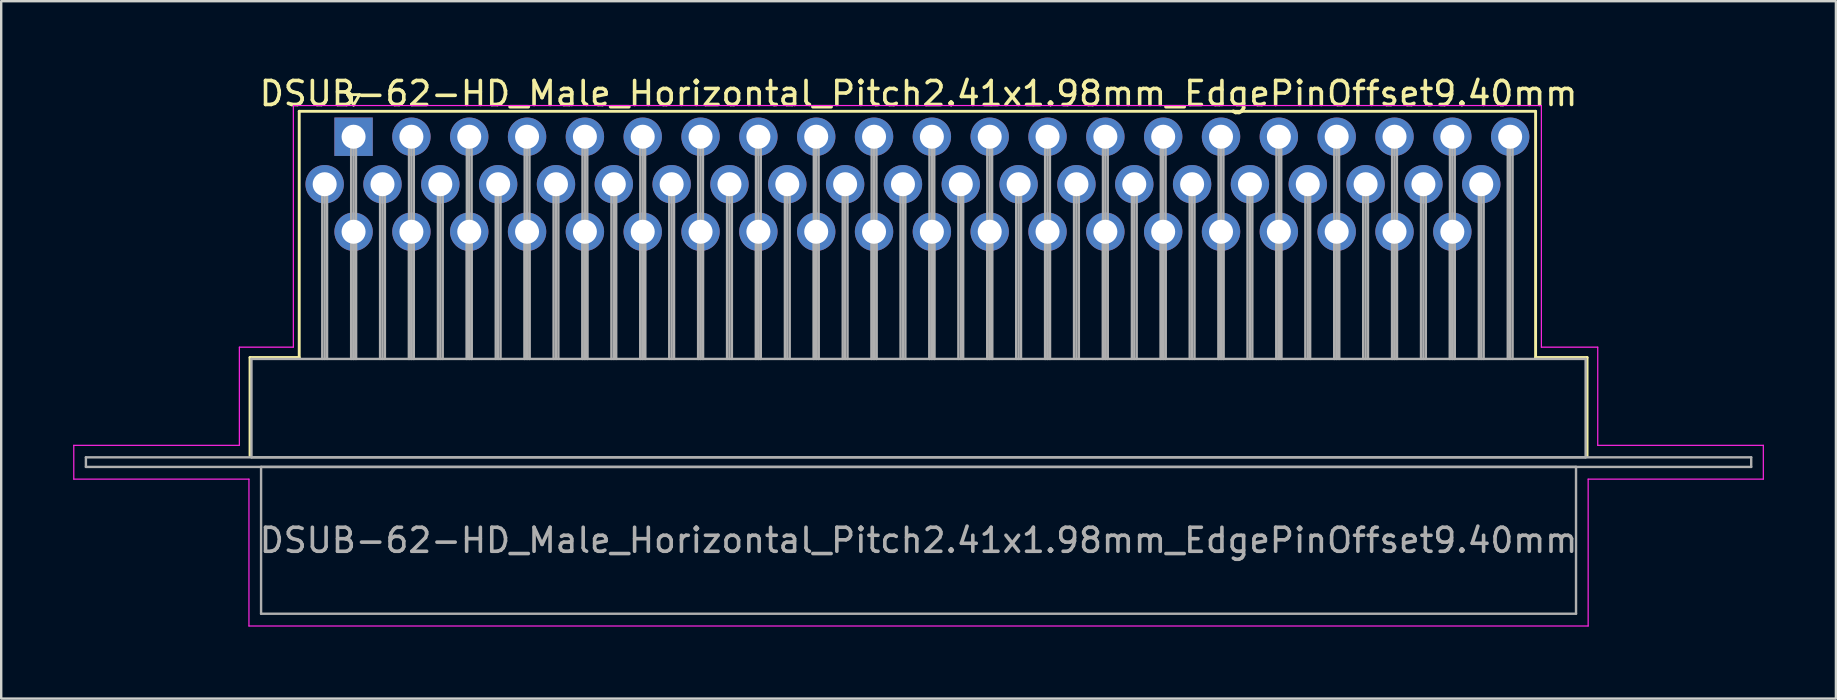
<source format=kicad_pcb>
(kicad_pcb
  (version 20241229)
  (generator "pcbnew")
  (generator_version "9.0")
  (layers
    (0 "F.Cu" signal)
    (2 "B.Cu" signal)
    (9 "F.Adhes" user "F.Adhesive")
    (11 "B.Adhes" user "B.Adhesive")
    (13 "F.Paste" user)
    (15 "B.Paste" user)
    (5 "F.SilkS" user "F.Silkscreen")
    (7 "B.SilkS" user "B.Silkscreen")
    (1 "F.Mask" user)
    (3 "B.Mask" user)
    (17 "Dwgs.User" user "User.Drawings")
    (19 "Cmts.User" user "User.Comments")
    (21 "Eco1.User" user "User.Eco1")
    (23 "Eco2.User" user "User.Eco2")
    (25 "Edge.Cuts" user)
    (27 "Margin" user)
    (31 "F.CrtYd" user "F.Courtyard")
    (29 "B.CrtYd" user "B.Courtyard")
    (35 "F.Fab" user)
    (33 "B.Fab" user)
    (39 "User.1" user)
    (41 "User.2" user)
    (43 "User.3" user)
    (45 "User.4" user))
  (footprint "DSUB-62-HD_Male_Horizontal_Pitch2.41x1.98mm_EdgePinOffset9.40mm"
    (layer "F.Cu")
    (at 11.685 2.648)
    (property "Reference" "DSUB-62-HD_Male_Horizontal_Pitch2.41x1.98mm_EdgePinOffset9.40mm" (at 23.545 -1.8 0) (layer "F.SilkS") (effects (font (size 1 1) (thickness 0.15))))
    (attr through_hole)
    (fp_line (start -4.315 9.2) (end -2.265 9.2) (stroke (width 0.12) (type solid)) (layer "F.SilkS"))
    (fp_line (start -4.315 13.3) (end -4.315 9.2) (stroke (width 0.12) (type solid)) (layer "F.SilkS"))
    (fp_line (start -2.265 -1.06) (end 49.26 -1.06) (stroke (width 0.12) (type solid)) (layer "F.SilkS"))
    (fp_line (start -2.265 9.2) (end -2.265 -1.06) (stroke (width 0.12) (type solid)) (layer "F.SilkS"))
    (fp_line (start -0.25 -1.754) (end 0.25 -1.754) (stroke (width 0.12) (type solid)) (layer "F.SilkS"))
    (fp_line (start 0 -1.321) (end -0.25 -1.754) (stroke (width 0.12) (type solid)) (layer "F.SilkS"))
    (fp_line (start 0.25 -1.754) (end 0 -1.321) (stroke (width 0.12) (type solid)) (layer "F.SilkS"))
    (fp_line (start 49.26 -1.06) (end 49.26 9.2) (stroke (width 0.12) (type solid)) (layer "F.SilkS"))
    (fp_line (start 49.26 9.2) (end 51.405 9.2) (stroke (width 0.12) (type solid)) (layer "F.SilkS"))
    (fp_line (start 51.405 9.2) (end 51.405 13.3) (stroke (width 0.12) (type solid)) (layer "F.SilkS"))
    (fp_line (start -11.66 12.86) (end -4.76 12.86) (stroke (width 0.05) (type solid)) (layer "F.CrtYd"))
    (fp_line (start -11.66 14.27) (end -11.66 12.86) (stroke (width 0.05) (type solid)) (layer "F.CrtYd"))
    (fp_line (start -4.76 8.77) (end -2.51 8.77) (stroke (width 0.05) (type solid)) (layer "F.CrtYd"))
    (fp_line (start -4.76 12.86) (end -4.76 8.77) (stroke (width 0.05) (type solid)) (layer "F.CrtYd"))
    (fp_line (start -4.36 14.27) (end -11.66 14.27) (stroke (width 0.05) (type solid)) (layer "F.CrtYd"))
    (fp_line (start -4.36 20.39) (end -4.36 14.27) (stroke (width 0.05) (type solid)) (layer "F.CrtYd"))
    (fp_line (start -2.51 -1.3) (end 49.5 -1.3) (stroke (width 0.05) (type solid)) (layer "F.CrtYd"))
    (fp_line (start -2.51 8.77) (end -2.51 -1.3) (stroke (width 0.05) (type solid)) (layer "F.CrtYd"))
    (fp_line (start 49.5 -1.3) (end 49.5 8.77) (stroke (width 0.05) (type solid)) (layer "F.CrtYd"))
    (fp_line (start 49.5 8.77) (end 51.85 8.77) (stroke (width 0.05) (type solid)) (layer "F.CrtYd"))
    (fp_line (start 51.45 14.27) (end 51.45 20.39) (stroke (width 0.05) (type solid)) (layer "F.CrtYd"))
    (fp_line (start 51.45 20.39) (end -4.36 20.39) (stroke (width 0.05) (type solid)) (layer "F.CrtYd"))
    (fp_line (start 51.85 8.77) (end 51.85 12.86) (stroke (width 0.05) (type solid)) (layer "F.CrtYd"))
    (fp_line (start 51.85 12.86) (end 58.75 12.86) (stroke (width 0.05) (type solid)) (layer "F.CrtYd"))
    (fp_line (start 58.75 12.86) (end 58.75 14.27) (stroke (width 0.05) (type solid)) (layer "F.CrtYd"))
    (fp_line (start 58.75 14.27) (end 51.45 14.27) (stroke (width 0.05) (type solid)) (layer "F.CrtYd"))
    (fp_line (start -11.155 13.36) (end -11.155 13.76) (stroke (width 0.1) (type solid)) (layer "F.Fab"))
    (fp_line (start -11.155 13.76) (end 58.245 13.76) (stroke (width 0.1) (type solid)) (layer "F.Fab"))
    (fp_line (start -4.255 9.26) (end -4.255 13.36) (stroke (width 0.1) (type solid)) (layer "F.Fab"))
    (fp_line (start -4.255 13.36) (end 51.345 13.36) (stroke (width 0.1) (type solid)) (layer "F.Fab"))
    (fp_line (start -3.855 13.76) (end -3.855 19.88) (stroke (width 0.1) (type solid)) (layer "F.Fab"))
    (fp_line (start -3.855 19.88) (end 50.945 19.88) (stroke (width 0.1) (type solid)) (layer "F.Fab"))
    (fp_line (start -1.305 1.98) (end -1.305 9.26) (stroke (width 0.1) (type solid)) (layer "F.Fab"))
    (fp_line (start -1.205 1.98) (end -1.205 9.26) (stroke (width 0.1) (type solid)) (layer "F.Fab"))
    (fp_line (start -1.105 1.98) (end -1.105 9.26) (stroke (width 0.1) (type solid)) (layer "F.Fab"))
    (fp_line (start -0.1 0) (end -0.1 9.26) (stroke (width 0.1) (type solid)) (layer "F.Fab"))
    (fp_line (start -0.1 3.96) (end -0.1 9.26) (stroke (width 0.1) (type solid)) (layer "F.Fab"))
    (fp_line (start 0 0) (end 0 9.26) (stroke (width 0.1) (type solid)) (layer "F.Fab"))
    (fp_line (start 0 3.96) (end 0 9.26) (stroke (width 0.1) (type solid)) (layer "F.Fab"))
    (fp_line (start 0.1 0) (end 0.1 9.26) (stroke (width 0.1) (type solid)) (layer "F.Fab"))
    (fp_line (start 0.1 3.96) (end 0.1 9.26) (stroke (width 0.1) (type solid)) (layer "F.Fab"))
    (fp_line (start 1.105 1.98) (end 1.105 9.26) (stroke (width 0.1) (type solid)) (layer "F.Fab"))
    (fp_line (start 1.205 1.98) (end 1.205 9.26) (stroke (width 0.1) (type solid)) (layer "F.Fab"))
    (fp_line (start 1.305 1.98) (end 1.305 9.26) (stroke (width 0.1) (type solid)) (layer "F.Fab"))
    (fp_line (start 2.31 0) (end 2.31 9.26) (stroke (width 0.1) (type solid)) (layer "F.Fab"))
    (fp_line (start 2.31 3.96) (end 2.31 9.26) (stroke (width 0.1) (type solid)) (layer "F.Fab"))
    (fp_line (start 2.41 0) (end 2.41 9.26) (stroke (width 0.1) (type solid)) (layer "F.Fab"))
    (fp_line (start 2.41 3.96) (end 2.41 9.26) (stroke (width 0.1) (type solid)) (layer "F.Fab"))
    (fp_line (start 2.51 0) (end 2.51 9.26) (stroke (width 0.1) (type solid)) (layer "F.Fab"))
    (fp_line (start 2.51 3.96) (end 2.51 9.26) (stroke (width 0.1) (type solid)) (layer "F.Fab"))
    (fp_line (start 3.515 1.98) (end 3.515 9.26) (stroke (width 0.1) (type solid)) (layer "F.Fab"))
    (fp_line (start 3.615 1.98) (end 3.615 9.26) (stroke (width 0.1) (type solid)) (layer "F.Fab"))
    (fp_line (start 3.715 1.98) (end 3.715 9.26) (stroke (width 0.1) (type solid)) (layer "F.Fab"))
    (fp_line (start 4.72 0) (end 4.72 9.26) (stroke (width 0.1) (type solid)) (layer "F.Fab"))
    (fp_line (start 4.72 3.96) (end 4.72 9.26) (stroke (width 0.1) (type solid)) (layer "F.Fab"))
    (fp_line (start 4.82 0) (end 4.82 9.26) (stroke (width 0.1) (type solid)) (layer "F.Fab"))
    (fp_line (start 4.82 3.96) (end 4.82 9.26) (stroke (width 0.1) (type solid)) (layer "F.Fab"))
    (fp_line (start 4.92 0) (end 4.92 9.26) (stroke (width 0.1) (type solid)) (layer "F.Fab"))
    (fp_line (start 4.92 3.96) (end 4.92 9.26) (stroke (width 0.1) (type solid)) (layer "F.Fab"))
    (fp_line (start 5.925 1.98) (end 5.925 9.26) (stroke (width 0.1) (type solid)) (layer "F.Fab"))
    (fp_line (start 6.025 1.98) (end 6.025 9.26) (stroke (width 0.1) (type solid)) (layer "F.Fab"))
    (fp_line (start 6.125 1.98) (end 6.125 9.26) (stroke (width 0.1) (type solid)) (layer "F.Fab"))
    (fp_line (start 7.13 0) (end 7.13 9.26) (stroke (width 0.1) (type solid)) (layer "F.Fab"))
    (fp_line (start 7.13 3.96) (end 7.13 9.26) (stroke (width 0.1) (type solid)) (layer "F.Fab"))
    (fp_line (start 7.23 0) (end 7.23 9.26) (stroke (width 0.1) (type solid)) (layer "F.Fab"))
    (fp_line (start 7.23 3.96) (end 7.23 9.26) (stroke (width 0.1) (type solid)) (layer "F.Fab"))
    (fp_line (start 7.33 0) (end 7.33 9.26) (stroke (width 0.1) (type solid)) (layer "F.Fab"))
    (fp_line (start 7.33 3.96) (end 7.33 9.26) (stroke (width 0.1) (type solid)) (layer "F.Fab"))
    (fp_line (start 8.335 1.98) (end 8.335 9.26) (stroke (width 0.1) (type solid)) (layer "F.Fab"))
    (fp_line (start 8.435 1.98) (end 8.435 9.26) (stroke (width 0.1) (type solid)) (layer "F.Fab"))
    (fp_line (start 8.535 1.98) (end 8.535 9.26) (stroke (width 0.1) (type solid)) (layer "F.Fab"))
    (fp_line (start 9.54 0) (end 9.54 9.26) (stroke (width 0.1) (type solid)) (layer "F.Fab"))
    (fp_line (start 9.54 3.96) (end 9.54 9.26) (stroke (width 0.1) (type solid)) (layer "F.Fab"))
    (fp_line (start 9.64 0) (end 9.64 9.26) (stroke (width 0.1) (type solid)) (layer "F.Fab"))
    (fp_line (start 9.64 3.96) (end 9.64 9.26) (stroke (width 0.1) (type solid)) (layer "F.Fab"))
    (fp_line (start 9.74 0) (end 9.74 9.26) (stroke (width 0.1) (type solid)) (layer "F.Fab"))
    (fp_line (start 9.74 3.96) (end 9.74 9.26) (stroke (width 0.1) (type solid)) (layer "F.Fab"))
    (fp_line (start 10.745 1.98) (end 10.745 9.26) (stroke (width 0.1) (type solid)) (layer "F.Fab"))
    (fp_line (start 10.845 1.98) (end 10.845 9.26) (stroke (width 0.1) (type solid)) (layer "F.Fab"))
    (fp_line (start 10.945 1.98) (end 10.945 9.26) (stroke (width 0.1) (type solid)) (layer "F.Fab"))
    (fp_line (start 11.95 0) (end 11.95 9.26) (stroke (width 0.1) (type solid)) (layer "F.Fab"))
    (fp_line (start 11.95 3.96) (end 11.95 9.26) (stroke (width 0.1) (type solid)) (layer "F.Fab"))
    (fp_line (start 12.05 0) (end 12.05 9.26) (stroke (width 0.1) (type solid)) (layer "F.Fab"))
    (fp_line (start 12.05 3.96) (end 12.05 9.26) (stroke (width 0.1) (type solid)) (layer "F.Fab"))
    (fp_line (start 12.15 0) (end 12.15 9.26) (stroke (width 0.1) (type solid)) (layer "F.Fab"))
    (fp_line (start 12.15 3.96) (end 12.15 9.26) (stroke (width 0.1) (type solid)) (layer "F.Fab"))
    (fp_line (start 13.155 1.98) (end 13.155 9.26) (stroke (width 0.1) (type solid)) (layer "F.Fab"))
    (fp_line (start 13.255 1.98) (end 13.255 9.26) (stroke (width 0.1) (type solid)) (layer "F.Fab"))
    (fp_line (start 13.355 1.98) (end 13.355 9.26) (stroke (width 0.1) (type solid)) (layer "F.Fab"))
    (fp_line (start 14.36 0) (end 14.36 9.26) (stroke (width 0.1) (type solid)) (layer "F.Fab"))
    (fp_line (start 14.36 3.96) (end 14.36 9.26) (stroke (width 0.1) (type solid)) (layer "F.Fab"))
    (fp_line (start 14.46 0) (end 14.46 9.26) (stroke (width 0.1) (type solid)) (layer "F.Fab"))
    (fp_line (start 14.46 3.96) (end 14.46 9.26) (stroke (width 0.1) (type solid)) (layer "F.Fab"))
    (fp_line (start 14.56 0) (end 14.56 9.26) (stroke (width 0.1) (type solid)) (layer "F.Fab"))
    (fp_line (start 14.56 3.96) (end 14.56 9.26) (stroke (width 0.1) (type solid)) (layer "F.Fab"))
    (fp_line (start 15.565 1.98) (end 15.565 9.26) (stroke (width 0.1) (type solid)) (layer "F.Fab"))
    (fp_line (start 15.665 1.98) (end 15.665 9.26) (stroke (width 0.1) (type solid)) (layer "F.Fab"))
    (fp_line (start 15.765 1.98) (end 15.765 9.26) (stroke (width 0.1) (type solid)) (layer "F.Fab"))
    (fp_line (start 16.77 0) (end 16.77 9.26) (stroke (width 0.1) (type solid)) (layer "F.Fab"))
    (fp_line (start 16.77 3.96) (end 16.77 9.26) (stroke (width 0.1) (type solid)) (layer "F.Fab"))
    (fp_line (start 16.87 0) (end 16.87 9.26) (stroke (width 0.1) (type solid)) (layer "F.Fab"))
    (fp_line (start 16.87 3.96) (end 16.87 9.26) (stroke (width 0.1) (type solid)) (layer "F.Fab"))
    (fp_line (start 16.97 0) (end 16.97 9.26) (stroke (width 0.1) (type solid)) (layer "F.Fab"))
    (fp_line (start 16.97 3.96) (end 16.97 9.26) (stroke (width 0.1) (type solid)) (layer "F.Fab"))
    (fp_line (start 17.975 1.98) (end 17.975 9.26) (stroke (width 0.1) (type solid)) (layer "F.Fab"))
    (fp_line (start 18.075 1.98) (end 18.075 9.26) (stroke (width 0.1) (type solid)) (layer "F.Fab"))
    (fp_line (start 18.175 1.98) (end 18.175 9.26) (stroke (width 0.1) (type solid)) (layer "F.Fab"))
    (fp_line (start 19.18 0) (end 19.18 9.26) (stroke (width 0.1) (type solid)) (layer "F.Fab"))
    (fp_line (start 19.18 3.96) (end 19.18 9.26) (stroke (width 0.1) (type solid)) (layer "F.Fab"))
    (fp_line (start 19.28 0) (end 19.28 9.26) (stroke (width 0.1) (type solid)) (layer "F.Fab"))
    (fp_line (start 19.28 3.96) (end 19.28 9.26) (stroke (width 0.1) (type solid)) (layer "F.Fab"))
    (fp_line (start 19.38 0) (end 19.38 9.26) (stroke (width 0.1) (type solid)) (layer "F.Fab"))
    (fp_line (start 19.38 3.96) (end 19.38 9.26) (stroke (width 0.1) (type solid)) (layer "F.Fab"))
    (fp_line (start 20.385 1.98) (end 20.385 9.26) (stroke (width 0.1) (type solid)) (layer "F.Fab"))
    (fp_line (start 20.485 1.98) (end 20.485 9.26) (stroke (width 0.1) (type solid)) (layer "F.Fab"))
    (fp_line (start 20.585 1.98) (end 20.585 9.26) (stroke (width 0.1) (type solid)) (layer "F.Fab"))
    (fp_line (start 21.59 0) (end 21.59 9.26) (stroke (width 0.1) (type solid)) (layer "F.Fab"))
    (fp_line (start 21.59 3.96) (end 21.59 9.26) (stroke (width 0.1) (type solid)) (layer "F.Fab"))
    (fp_line (start 21.69 0) (end 21.69 9.26) (stroke (width 0.1) (type solid)) (layer "F.Fab"))
    (fp_line (start 21.69 3.96) (end 21.69 9.26) (stroke (width 0.1) (type solid)) (layer "F.Fab"))
    (fp_line (start 21.79 0) (end 21.79 9.26) (stroke (width 0.1) (type solid)) (layer "F.Fab"))
    (fp_line (start 21.79 3.96) (end 21.79 9.26) (stroke (width 0.1) (type solid)) (layer "F.Fab"))
    (fp_line (start 22.795 1.98) (end 22.795 9.26) (stroke (width 0.1) (type solid)) (layer "F.Fab"))
    (fp_line (start 22.895 1.98) (end 22.895 9.26) (stroke (width 0.1) (type solid)) (layer "F.Fab"))
    (fp_line (start 22.995 1.98) (end 22.995 9.26) (stroke (width 0.1) (type solid)) (layer "F.Fab"))
    (fp_line (start 24 0) (end 24 9.26) (stroke (width 0.1) (type solid)) (layer "F.Fab"))
    (fp_line (start 24 3.96) (end 24 9.26) (stroke (width 0.1) (type solid)) (layer "F.Fab"))
    (fp_line (start 24.1 0) (end 24.1 9.26) (stroke (width 0.1) (type solid)) (layer "F.Fab"))
    (fp_line (start 24.1 3.96) (end 24.1 9.26) (stroke (width 0.1) (type solid)) (layer "F.Fab"))
    (fp_line (start 24.2 0) (end 24.2 9.26) (stroke (width 0.1) (type solid)) (layer "F.Fab"))
    (fp_line (start 24.2 3.96) (end 24.2 9.26) (stroke (width 0.1) (type solid)) (layer "F.Fab"))
    (fp_line (start 25.205 1.98) (end 25.205 9.26) (stroke (width 0.1) (type solid)) (layer "F.Fab"))
    (fp_line (start 25.305 1.98) (end 25.305 9.26) (stroke (width 0.1) (type solid)) (layer "F.Fab"))
    (fp_line (start 25.405 1.98) (end 25.405 9.26) (stroke (width 0.1) (type solid)) (layer "F.Fab"))
    (fp_line (start 26.41 0) (end 26.41 9.26) (stroke (width 0.1) (type solid)) (layer "F.Fab"))
    (fp_line (start 26.41 3.96) (end 26.41 9.26) (stroke (width 0.1) (type solid)) (layer "F.Fab"))
    (fp_line (start 26.51 0) (end 26.51 9.26) (stroke (width 0.1) (type solid)) (layer "F.Fab"))
    (fp_line (start 26.51 3.96) (end 26.51 9.26) (stroke (width 0.1) (type solid)) (layer "F.Fab"))
    (fp_line (start 26.61 0) (end 26.61 9.26) (stroke (width 0.1) (type solid)) (layer "F.Fab"))
    (fp_line (start 26.61 3.96) (end 26.61 9.26) (stroke (width 0.1) (type solid)) (layer "F.Fab"))
    (fp_line (start 27.615 1.98) (end 27.615 9.26) (stroke (width 0.1) (type solid)) (layer "F.Fab"))
    (fp_line (start 27.715 1.98) (end 27.715 9.26) (stroke (width 0.1) (type solid)) (layer "F.Fab"))
    (fp_line (start 27.815 1.98) (end 27.815 9.26) (stroke (width 0.1) (type solid)) (layer "F.Fab"))
    (fp_line (start 28.82 0) (end 28.82 9.26) (stroke (width 0.1) (type solid)) (layer "F.Fab"))
    (fp_line (start 28.82 3.96) (end 28.82 9.26) (stroke (width 0.1) (type solid)) (layer "F.Fab"))
    (fp_line (start 28.92 0) (end 28.92 9.26) (stroke (width 0.1) (type solid)) (layer "F.Fab"))
    (fp_line (start 28.92 3.96) (end 28.92 9.26) (stroke (width 0.1) (type solid)) (layer "F.Fab"))
    (fp_line (start 29.02 0) (end 29.02 9.26) (stroke (width 0.1) (type solid)) (layer "F.Fab"))
    (fp_line (start 29.02 3.96) (end 29.02 9.26) (stroke (width 0.1) (type solid)) (layer "F.Fab"))
    (fp_line (start 30.025 1.98) (end 30.025 9.26) (stroke (width 0.1) (type solid)) (layer "F.Fab"))
    (fp_line (start 30.125 1.98) (end 30.125 9.26) (stroke (width 0.1) (type solid)) (layer "F.Fab"))
    (fp_line (start 30.225 1.98) (end 30.225 9.26) (stroke (width 0.1) (type solid)) (layer "F.Fab"))
    (fp_line (start 31.23 0) (end 31.23 9.26) (stroke (width 0.1) (type solid)) (layer "F.Fab"))
    (fp_line (start 31.23 3.96) (end 31.23 9.26) (stroke (width 0.1) (type solid)) (layer "F.Fab"))
    (fp_line (start 31.33 0) (end 31.33 9.26) (stroke (width 0.1) (type solid)) (layer "F.Fab"))
    (fp_line (start 31.33 3.96) (end 31.33 9.26) (stroke (width 0.1) (type solid)) (layer "F.Fab"))
    (fp_line (start 31.43 0) (end 31.43 9.26) (stroke (width 0.1) (type solid)) (layer "F.Fab"))
    (fp_line (start 31.43 3.96) (end 31.43 9.26) (stroke (width 0.1) (type solid)) (layer "F.Fab"))
    (fp_line (start 32.435 1.98) (end 32.435 9.26) (stroke (width 0.1) (type solid)) (layer "F.Fab"))
    (fp_line (start 32.535 1.98) (end 32.535 9.26) (stroke (width 0.1) (type solid)) (layer "F.Fab"))
    (fp_line (start 32.635 1.98) (end 32.635 9.26) (stroke (width 0.1) (type solid)) (layer "F.Fab"))
    (fp_line (start 33.64 0) (end 33.64 9.26) (stroke (width 0.1) (type solid)) (layer "F.Fab"))
    (fp_line (start 33.64 3.96) (end 33.64 9.26) (stroke (width 0.1) (type solid)) (layer "F.Fab"))
    (fp_line (start 33.74 0) (end 33.74 9.26) (stroke (width 0.1) (type solid)) (layer "F.Fab"))
    (fp_line (start 33.74 3.96) (end 33.74 9.26) (stroke (width 0.1) (type solid)) (layer "F.Fab"))
    (fp_line (start 33.84 0) (end 33.84 9.26) (stroke (width 0.1) (type solid)) (layer "F.Fab"))
    (fp_line (start 33.84 3.96) (end 33.84 9.26) (stroke (width 0.1) (type solid)) (layer "F.Fab"))
    (fp_line (start 34.845 1.98) (end 34.845 9.26) (stroke (width 0.1) (type solid)) (layer "F.Fab"))
    (fp_line (start 34.945 1.98) (end 34.945 9.26) (stroke (width 0.1) (type solid)) (layer "F.Fab"))
    (fp_line (start 35.045 1.98) (end 35.045 9.26) (stroke (width 0.1) (type solid)) (layer "F.Fab"))
    (fp_line (start 36.05 0) (end 36.05 9.26) (stroke (width 0.1) (type solid)) (layer "F.Fab"))
    (fp_line (start 36.05 3.96) (end 36.05 9.26) (stroke (width 0.1) (type solid)) (layer "F.Fab"))
    (fp_line (start 36.15 0) (end 36.15 9.26) (stroke (width 0.1) (type solid)) (layer "F.Fab"))
    (fp_line (start 36.15 3.96) (end 36.15 9.26) (stroke (width 0.1) (type solid)) (layer "F.Fab"))
    (fp_line (start 36.25 0) (end 36.25 9.26) (stroke (width 0.1) (type solid)) (layer "F.Fab"))
    (fp_line (start 36.25 3.96) (end 36.25 9.26) (stroke (width 0.1) (type solid)) (layer "F.Fab"))
    (fp_line (start 37.255 1.98) (end 37.255 9.26) (stroke (width 0.1) (type solid)) (layer "F.Fab"))
    (fp_line (start 37.355 1.98) (end 37.355 9.26) (stroke (width 0.1) (type solid)) (layer "F.Fab"))
    (fp_line (start 37.455 1.98) (end 37.455 9.26) (stroke (width 0.1) (type solid)) (layer "F.Fab"))
    (fp_line (start 38.46 0) (end 38.46 9.26) (stroke (width 0.1) (type solid)) (layer "F.Fab"))
    (fp_line (start 38.46 3.96) (end 38.46 9.26) (stroke (width 0.1) (type solid)) (layer "F.Fab"))
    (fp_line (start 38.56 0) (end 38.56 9.26) (stroke (width 0.1) (type solid)) (layer "F.Fab"))
    (fp_line (start 38.56 3.96) (end 38.56 9.26) (stroke (width 0.1) (type solid)) (layer "F.Fab"))
    (fp_line (start 38.66 0) (end 38.66 9.26) (stroke (width 0.1) (type solid)) (layer "F.Fab"))
    (fp_line (start 38.66 3.96) (end 38.66 9.26) (stroke (width 0.1) (type solid)) (layer "F.Fab"))
    (fp_line (start 39.665 1.98) (end 39.665 9.26) (stroke (width 0.1) (type solid)) (layer "F.Fab"))
    (fp_line (start 39.765 1.98) (end 39.765 9.26) (stroke (width 0.1) (type solid)) (layer "F.Fab"))
    (fp_line (start 39.865 1.98) (end 39.865 9.26) (stroke (width 0.1) (type solid)) (layer "F.Fab"))
    (fp_line (start 40.87 0) (end 40.87 9.26) (stroke (width 0.1) (type solid)) (layer "F.Fab"))
    (fp_line (start 40.87 3.96) (end 40.87 9.26) (stroke (width 0.1) (type solid)) (layer "F.Fab"))
    (fp_line (start 40.97 0) (end 40.97 9.26) (stroke (width 0.1) (type solid)) (layer "F.Fab"))
    (fp_line (start 40.97 3.96) (end 40.97 9.26) (stroke (width 0.1) (type solid)) (layer "F.Fab"))
    (fp_line (start 41.07 0) (end 41.07 9.26) (stroke (width 0.1) (type solid)) (layer "F.Fab"))
    (fp_line (start 41.07 3.96) (end 41.07 9.26) (stroke (width 0.1) (type solid)) (layer "F.Fab"))
    (fp_line (start 42.075 1.98) (end 42.075 9.26) (stroke (width 0.1) (type solid)) (layer "F.Fab"))
    (fp_line (start 42.175 1.98) (end 42.175 9.26) (stroke (width 0.1) (type solid)) (layer "F.Fab"))
    (fp_line (start 42.275 1.98) (end 42.275 9.26) (stroke (width 0.1) (type solid)) (layer "F.Fab"))
    (fp_line (start 43.28 0) (end 43.28 9.26) (stroke (width 0.1) (type solid)) (layer "F.Fab"))
    (fp_line (start 43.28 3.96) (end 43.28 9.26) (stroke (width 0.1) (type solid)) (layer "F.Fab"))
    (fp_line (start 43.38 0) (end 43.38 9.26) (stroke (width 0.1) (type solid)) (layer "F.Fab"))
    (fp_line (start 43.38 3.96) (end 43.38 9.26) (stroke (width 0.1) (type solid)) (layer "F.Fab"))
    (fp_line (start 43.48 0) (end 43.48 9.26) (stroke (width 0.1) (type solid)) (layer "F.Fab"))
    (fp_line (start 43.48 3.96) (end 43.48 9.26) (stroke (width 0.1) (type solid)) (layer "F.Fab"))
    (fp_line (start 44.485 1.98) (end 44.485 9.26) (stroke (width 0.1) (type solid)) (layer "F.Fab"))
    (fp_line (start 44.585 1.98) (end 44.585 9.26) (stroke (width 0.1) (type solid)) (layer "F.Fab"))
    (fp_line (start 44.685 1.98) (end 44.685 9.26) (stroke (width 0.1) (type solid)) (layer "F.Fab"))
    (fp_line (start 45.69 0) (end 45.69 9.26) (stroke (width 0.1) (type solid)) (layer "F.Fab"))
    (fp_line (start 45.69 3.96) (end 45.69 9.26) (stroke (width 0.1) (type solid)) (layer "F.Fab"))
    (fp_line (start 45.79 0) (end 45.79 9.26) (stroke (width 0.1) (type solid)) (layer "F.Fab"))
    (fp_line (start 45.79 3.96) (end 45.79 9.26) (stroke (width 0.1) (type solid)) (layer "F.Fab"))
    (fp_line (start 45.89 0) (end 45.89 9.26) (stroke (width 0.1) (type solid)) (layer "F.Fab"))
    (fp_line (start 45.89 3.96) (end 45.89 9.26) (stroke (width 0.1) (type solid)) (layer "F.Fab"))
    (fp_line (start 46.895 1.98) (end 46.895 9.26) (stroke (width 0.1) (type solid)) (layer "F.Fab"))
    (fp_line (start 46.995 1.98) (end 46.995 9.26) (stroke (width 0.1) (type solid)) (layer "F.Fab"))
    (fp_line (start 47.095 1.98) (end 47.095 9.26) (stroke (width 0.1) (type solid)) (layer "F.Fab"))
    (fp_line (start 48.1 0) (end 48.1 9.26) (stroke (width 0.1) (type solid)) (layer "F.Fab"))
    (fp_line (start 48.2 0) (end 48.2 9.26) (stroke (width 0.1) (type solid)) (layer "F.Fab"))
    (fp_line (start 48.3 0) (end 48.3 9.26) (stroke (width 0.1) (type solid)) (layer "F.Fab"))
    (fp_line (start 50.945 13.76) (end -3.855 13.76) (stroke (width 0.1) (type solid)) (layer "F.Fab"))
    (fp_line (start 50.945 19.88) (end 50.945 13.76) (stroke (width 0.1) (type solid)) (layer "F.Fab"))
    (fp_line (start 51.345 9.26) (end -4.255 9.26) (stroke (width 0.1) (type solid)) (layer "F.Fab"))
    (fp_line (start 51.345 13.36) (end 51.345 9.26) (stroke (width 0.1) (type solid)) (layer "F.Fab"))
    (fp_line (start 58.245 13.36) (end -11.155 13.36) (stroke (width 0.1) (type solid)) (layer "F.Fab"))
    (fp_line (start 58.245 13.76) (end 58.245 13.36) (stroke (width 0.1) (type solid)) (layer "F.Fab"))
    (fp_text user "${REFERENCE}" (at 23.545 16.82 0) (layer "F.Fab") (effects (font (size 1 1) (thickness 0.15))))
    (pad "1" thru_hole rect (at 0 0) (size 1.6 1.6) (drill 1) (layers "*.Cu" "*.Mask"))
    (pad "2" thru_hole circle (at 2.41 0) (size 1.6 1.6) (drill 1) (layers "*.Cu" "*.Mask"))
    (pad "3" thru_hole circle (at 4.82 0) (size 1.6 1.6) (drill 1) (layers "*.Cu" "*.Mask"))
    (pad "4" thru_hole circle (at 7.23 0) (size 1.6 1.6) (drill 1) (layers "*.Cu" "*.Mask"))
    (pad "5" thru_hole circle (at 9.64 0) (size 1.6 1.6) (drill 1) (layers "*.Cu" "*.Mask"))
    (pad "6" thru_hole circle (at 12.05 0) (size 1.6 1.6) (drill 1) (layers "*.Cu" "*.Mask"))
    (pad "7" thru_hole circle (at 14.46 0) (size 1.6 1.6) (drill 1) (layers "*.Cu" "*.Mask"))
    (pad "8" thru_hole circle (at 16.87 0) (size 1.6 1.6) (drill 1) (layers "*.Cu" "*.Mask"))
    (pad "9" thru_hole circle (at 19.28 0) (size 1.6 1.6) (drill 1) (layers "*.Cu" "*.Mask"))
    (pad "10" thru_hole circle (at 21.69 0) (size 1.6 1.6) (drill 1) (layers "*.Cu" "*.Mask"))
    (pad "11" thru_hole circle (at 24.1 0) (size 1.6 1.6) (drill 1) (layers "*.Cu" "*.Mask"))
    (pad "12" thru_hole circle (at 26.51 0) (size 1.6 1.6) (drill 1) (layers "*.Cu" "*.Mask"))
    (pad "13" thru_hole circle (at 28.92 0) (size 1.6 1.6) (drill 1) (layers "*.Cu" "*.Mask"))
    (pad "14" thru_hole circle (at 31.33 0) (size 1.6 1.6) (drill 1) (layers "*.Cu" "*.Mask"))
    (pad "15" thru_hole circle (at 33.74 0) (size 1.6 1.6) (drill 1) (layers "*.Cu" "*.Mask"))
    (pad "16" thru_hole circle (at 36.15 0) (size 1.6 1.6) (drill 1) (layers "*.Cu" "*.Mask"))
    (pad "17" thru_hole circle (at 38.56 0) (size 1.6 1.6) (drill 1) (layers "*.Cu" "*.Mask"))
    (pad "18" thru_hole circle (at 40.97 0) (size 1.6 1.6) (drill 1) (layers "*.Cu" "*.Mask"))
    (pad "19" thru_hole circle (at 43.38 0) (size 1.6 1.6) (drill 1) (layers "*.Cu" "*.Mask"))
    (pad "20" thru_hole circle (at 45.79 0) (size 1.6 1.6) (drill 1) (layers "*.Cu" "*.Mask"))
    (pad "21" thru_hole circle (at 48.2 0) (size 1.6 1.6) (drill 1) (layers "*.Cu" "*.Mask"))
    (pad "22" thru_hole circle (at -1.205 1.98) (size 1.6 1.6) (drill 1) (layers "*.Cu" "*.Mask"))
    (pad "23" thru_hole circle (at 1.205 1.98) (size 1.6 1.6) (drill 1) (layers "*.Cu" "*.Mask"))
    (pad "24" thru_hole circle (at 3.615 1.98) (size 1.6 1.6) (drill 1) (layers "*.Cu" "*.Mask"))
    (pad "25" thru_hole circle (at 6.025 1.98) (size 1.6 1.6) (drill 1) (layers "*.Cu" "*.Mask"))
    (pad "26" thru_hole circle (at 8.435 1.98) (size 1.6 1.6) (drill 1) (layers "*.Cu" "*.Mask"))
    (pad "27" thru_hole circle (at 10.845 1.98) (size 1.6 1.6) (drill 1) (layers "*.Cu" "*.Mask"))
    (pad "28" thru_hole circle (at 13.255 1.98) (size 1.6 1.6) (drill 1) (layers "*.Cu" "*.Mask"))
    (pad "29" thru_hole circle (at 15.665 1.98) (size 1.6 1.6) (drill 1) (layers "*.Cu" "*.Mask"))
    (pad "30" thru_hole circle (at 18.075 1.98) (size 1.6 1.6) (drill 1) (layers "*.Cu" "*.Mask"))
    (pad "31" thru_hole circle (at 20.485 1.98) (size 1.6 1.6) (drill 1) (layers "*.Cu" "*.Mask"))
    (pad "32" thru_hole circle (at 22.895 1.98) (size 1.6 1.6) (drill 1) (layers "*.Cu" "*.Mask"))
    (pad "33" thru_hole circle (at 25.305 1.98) (size 1.6 1.6) (drill 1) (layers "*.Cu" "*.Mask"))
    (pad "34" thru_hole circle (at 27.715 1.98) (size 1.6 1.6) (drill 1) (layers "*.Cu" "*.Mask"))
    (pad "35" thru_hole circle (at 30.125 1.98) (size 1.6 1.6) (drill 1) (layers "*.Cu" "*.Mask"))
    (pad "36" thru_hole circle (at 32.535 1.98) (size 1.6 1.6) (drill 1) (layers "*.Cu" "*.Mask"))
    (pad "37" thru_hole circle (at 34.945 1.98) (size 1.6 1.6) (drill 1) (layers "*.Cu" "*.Mask"))
    (pad "38" thru_hole circle (at 37.355 1.98) (size 1.6 1.6) (drill 1) (layers "*.Cu" "*.Mask"))
    (pad "39" thru_hole circle (at 39.765 1.98) (size 1.6 1.6) (drill 1) (layers "*.Cu" "*.Mask"))
    (pad "40" thru_hole circle (at 42.175 1.98) (size 1.6 1.6) (drill 1) (layers "*.Cu" "*.Mask"))
    (pad "41" thru_hole circle (at 44.585 1.98) (size 1.6 1.6) (drill 1) (layers "*.Cu" "*.Mask"))
    (pad "42" thru_hole circle (at 46.995 1.98) (size 1.6 1.6) (drill 1) (layers "*.Cu" "*.Mask"))
    (pad "43" thru_hole circle (at 0 3.96) (size 1.6 1.6) (drill 1) (layers "*.Cu" "*.Mask"))
    (pad "44" thru_hole circle (at 2.41 3.96) (size 1.6 1.6) (drill 1) (layers "*.Cu" "*.Mask"))
    (pad "45" thru_hole circle (at 4.82 3.96) (size 1.6 1.6) (drill 1) (layers "*.Cu" "*.Mask"))
    (pad "46" thru_hole circle (at 7.23 3.96) (size 1.6 1.6) (drill 1) (layers "*.Cu" "*.Mask"))
    (pad "47" thru_hole circle (at 9.64 3.96) (size 1.6 1.6) (drill 1) (layers "*.Cu" "*.Mask"))
    (pad "48" thru_hole circle (at 12.05 3.96) (size 1.6 1.6) (drill 1) (layers "*.Cu" "*.Mask"))
    (pad "49" thru_hole circle (at 14.46 3.96) (size 1.6 1.6) (drill 1) (layers "*.Cu" "*.Mask"))
    (pad "50" thru_hole circle (at 16.87 3.96) (size 1.6 1.6) (drill 1) (layers "*.Cu" "*.Mask"))
    (pad "51" thru_hole circle (at 19.28 3.96) (size 1.6 1.6) (drill 1) (layers "*.Cu" "*.Mask"))
    (pad "52" thru_hole circle (at 21.69 3.96) (size 1.6 1.6) (drill 1) (layers "*.Cu" "*.Mask"))
    (pad "53" thru_hole circle (at 24.1 3.96) (size 1.6 1.6) (drill 1) (layers "*.Cu" "*.Mask"))
    (pad "54" thru_hole circle (at 26.51 3.96) (size 1.6 1.6) (drill 1) (layers "*.Cu" "*.Mask"))
    (pad "55" thru_hole circle (at 28.92 3.96) (size 1.6 1.6) (drill 1) (layers "*.Cu" "*.Mask"))
    (pad "56" thru_hole circle (at 31.33 3.96) (size 1.6 1.6) (drill 1) (layers "*.Cu" "*.Mask"))
    (pad "57" thru_hole circle (at 33.74 3.96) (size 1.6 1.6) (drill 1) (layers "*.Cu" "*.Mask"))
    (pad "58" thru_hole circle (at 36.15 3.96) (size 1.6 1.6) (drill 1) (layers "*.Cu" "*.Mask"))
    (pad "59" thru_hole circle (at 38.56 3.96) (size 1.6 1.6) (drill 1) (layers "*.Cu" "*.Mask"))
    (pad "60" thru_hole circle (at 40.97 3.96) (size 1.6 1.6) (drill 1) (layers "*.Cu" "*.Mask"))
    (pad "61" thru_hole circle (at 43.38 3.96) (size 1.6 1.6) (drill 1) (layers "*.Cu" "*.Mask"))
    (pad "62" thru_hole circle (at 45.79 3.96) (size 1.6 1.6) (drill 1) (layers "*.Cu" "*.Mask")))
  (gr_rect
    (start -3 -3)
    (end 73.46 26.063)
    (stroke (width 0.1) (type default))
    (fill no)
    (layer "Edge.Cuts")))
</source>
